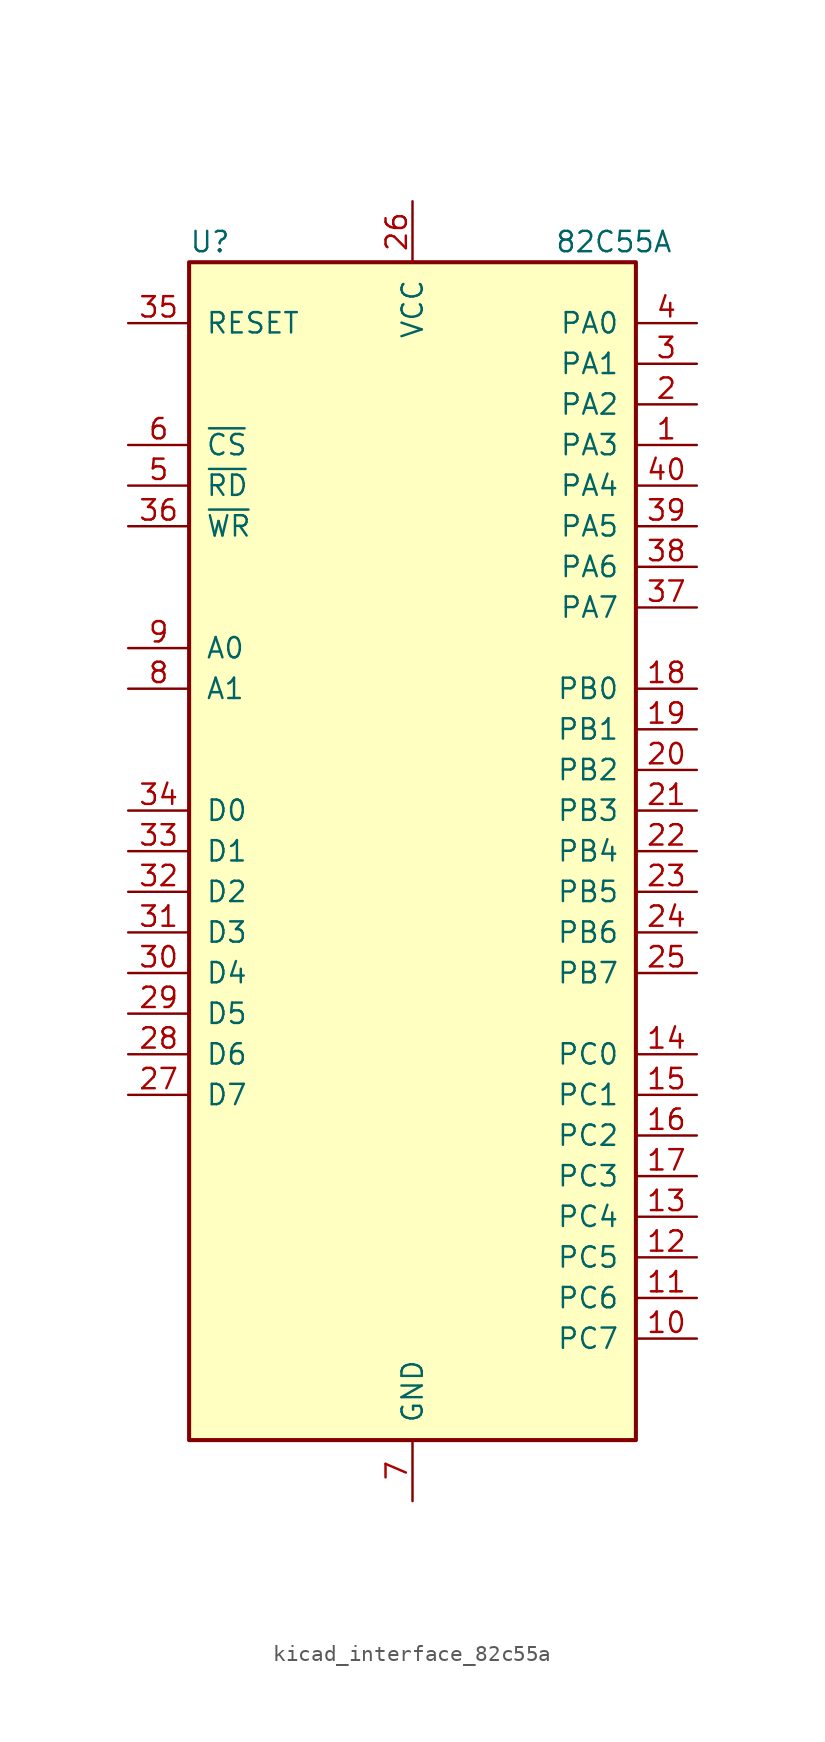
<source format=kicad_sym>
(kicad_symbol_lib
  (version 20220914)
  (generator kicad_symbol_editor)
  (symbol "kicad_interface_82c55a"
    (pin_names
      (offset 1.016))
    (property "Reference" "U"
      (at -13.97 38.1 0)
      (effects (font (size 1.27 1.27)) (justify left)))
    (property "Value" "82C55A"
      (at 8.89 38.1 0)
      (effects (font (size 1.27 1.27)) (justify left)))
    (symbol "kicad_interface_82c55a_1_1"
      (rectangle (start -13.97 -36.83) (end 13.97 36.83) (stroke (width 0.254) (type default)) (fill (type background)))
      (pin bidirectional line (at 17.78 25.4 180) (length 3.81) (name "PA3" (effects (font (size 1.27 1.27)))) (number "1" (effects (font (size 1.27 1.27)))))
      (pin bidirectional line (at 17.78 -30.48 180) (length 3.81) (name "PC7" (effects (font (size 1.27 1.27)))) (number "10" (effects (font (size 1.27 1.27)))))
      (pin bidirectional line (at 17.78 -27.94 180) (length 3.81) (name "PC6" (effects (font (size 1.27 1.27)))) (number "11" (effects (font (size 1.27 1.27)))))
      (pin bidirectional line (at 17.78 -25.4 180) (length 3.81) (name "PC5" (effects (font (size 1.27 1.27)))) (number "12" (effects (font (size 1.27 1.27)))))
      (pin bidirectional line (at 17.78 -22.86 180) (length 3.81) (name "PC4" (effects (font (size 1.27 1.27)))) (number "13" (effects (font (size 1.27 1.27)))))
      (pin bidirectional line (at 17.78 -12.7 180) (length 3.81) (name "PC0" (effects (font (size 1.27 1.27)))) (number "14" (effects (font (size 1.27 1.27)))))
      (pin bidirectional line (at 17.78 -15.24 180) (length 3.81) (name "PC1" (effects (font (size 1.27 1.27)))) (number "15" (effects (font (size 1.27 1.27)))))
      (pin bidirectional line (at 17.78 -17.78 180) (length 3.81) (name "PC2" (effects (font (size 1.27 1.27)))) (number "16" (effects (font (size 1.27 1.27)))))
      (pin bidirectional line (at 17.78 -20.32 180) (length 3.81) (name "PC3" (effects (font (size 1.27 1.27)))) (number "17" (effects (font (size 1.27 1.27)))))
      (pin bidirectional line (at 17.78 10.16 180) (length 3.81) (name "PB0" (effects (font (size 1.27 1.27)))) (number "18" (effects (font (size 1.27 1.27)))))
      (pin bidirectional line (at 17.78 7.62 180) (length 3.81) (name "PB1" (effects (font (size 1.27 1.27)))) (number "19" (effects (font (size 1.27 1.27)))))
      (pin bidirectional line (at 17.78 27.94 180) (length 3.81) (name "PA2" (effects (font (size 1.27 1.27)))) (number "2" (effects (font (size 1.27 1.27)))))
      (pin bidirectional line (at 17.78 5.08 180) (length 3.81) (name "PB2" (effects (font (size 1.27 1.27)))) (number "20" (effects (font (size 1.27 1.27)))))
      (pin bidirectional line (at 17.78 2.54 180) (length 3.81) (name "PB3" (effects (font (size 1.27 1.27)))) (number "21" (effects (font (size 1.27 1.27)))))
      (pin bidirectional line (at 17.78 0 180) (length 3.81) (name "PB4" (effects (font (size 1.27 1.27)))) (number "22" (effects (font (size 1.27 1.27)))))
      (pin bidirectional line (at 17.78 -2.54 180) (length 3.81) (name "PB5" (effects (font (size 1.27 1.27)))) (number "23" (effects (font (size 1.27 1.27)))))
      (pin bidirectional line (at 17.78 -5.08 180) (length 3.81) (name "PB6" (effects (font (size 1.27 1.27)))) (number "24" (effects (font (size 1.27 1.27)))))
      (pin bidirectional line (at 17.78 -7.62 180) (length 3.81) (name "PB7" (effects (font (size 1.27 1.27)))) (number "25" (effects (font (size 1.27 1.27)))))
      (pin power_in line (at 0 40.64 270) (length 3.81) (name "VCC" (effects (font (size 1.27 1.27)))) (number "26" (effects (font (size 1.27 1.27)))))
      (pin bidirectional line (at -17.78 -15.24 0) (length 3.81) (name "D7" (effects (font (size 1.27 1.27)))) (number "27" (effects (font (size 1.27 1.27)))))
      (pin bidirectional line (at -17.78 -12.7 0) (length 3.81) (name "D6" (effects (font (size 1.27 1.27)))) (number "28" (effects (font (size 1.27 1.27)))))
      (pin bidirectional line (at -17.78 -10.16 0) (length 3.81) (name "D5" (effects (font (size 1.27 1.27)))) (number "29" (effects (font (size 1.27 1.27)))))
      (pin bidirectional line (at 17.78 30.48 180) (length 3.81) (name "PA1" (effects (font (size 1.27 1.27)))) (number "3" (effects (font (size 1.27 1.27)))))
      (pin bidirectional line (at -17.78 -7.62 0) (length 3.81) (name "D4" (effects (font (size 1.27 1.27)))) (number "30" (effects (font (size 1.27 1.27)))))
      (pin bidirectional line (at -17.78 -5.08 0) (length 3.81) (name "D3" (effects (font (size 1.27 1.27)))) (number "31" (effects (font (size 1.27 1.27)))))
      (pin bidirectional line (at -17.78 -2.54 0) (length 3.81) (name "D2" (effects (font (size 1.27 1.27)))) (number "32" (effects (font (size 1.27 1.27)))))
      (pin bidirectional line (at -17.78 0 0) (length 3.81) (name "D1" (effects (font (size 1.27 1.27)))) (number "33" (effects (font (size 1.27 1.27)))))
      (pin bidirectional line (at -17.78 2.54 0) (length 3.81) (name "D0" (effects (font (size 1.27 1.27)))) (number "34" (effects (font (size 1.27 1.27)))))
      (pin input line (at -17.78 33.02 0) (length 3.81) (name "RESET" (effects (font (size 1.27 1.27)))) (number "35" (effects (font (size 1.27 1.27)))))
      (pin input line (at -17.78 20.32 0) (length 3.81) (name "~{WR}" (effects (font (size 1.27 1.27)))) (number "36" (effects (font (size 1.27 1.27)))))
      (pin bidirectional line (at 17.78 15.24 180) (length 3.81) (name "PA7" (effects (font (size 1.27 1.27)))) (number "37" (effects (font (size 1.27 1.27)))))
      (pin bidirectional line (at 17.78 17.78 180) (length 3.81) (name "PA6" (effects (font (size 1.27 1.27)))) (number "38" (effects (font (size 1.27 1.27)))))
      (pin bidirectional line (at 17.78 20.32 180) (length 3.81) (name "PA5" (effects (font (size 1.27 1.27)))) (number "39" (effects (font (size 1.27 1.27)))))
      (pin bidirectional line (at 17.78 33.02 180) (length 3.81) (name "PA0" (effects (font (size 1.27 1.27)))) (number "4" (effects (font (size 1.27 1.27)))))
      (pin bidirectional line (at 17.78 22.86 180) (length 3.81) (name "PA4" (effects (font (size 1.27 1.27)))) (number "40" (effects (font (size 1.27 1.27)))))
      (pin input line (at -17.78 22.86 0) (length 3.81) (name "~{RD}" (effects (font (size 1.27 1.27)))) (number "5" (effects (font (size 1.27 1.27)))))
      (pin input line (at -17.78 25.4 0) (length 3.81) (name "~{CS}" (effects (font (size 1.27 1.27)))) (number "6" (effects (font (size 1.27 1.27)))))
      (pin power_in line (at 0 -40.64 90) (length 3.81) (name "GND" (effects (font (size 1.27 1.27)))) (number "7" (effects (font (size 1.27 1.27)))))
      (pin input line (at -17.78 10.16 0) (length 3.81) (name "A1" (effects (font (size 1.27 1.27)))) (number "8" (effects (font (size 1.27 1.27)))))
      (pin input line (at -17.78 12.7 0) (length 3.81) (name "A0" (effects (font (size 1.27 1.27)))) (number "9" (effects (font (size 1.27 1.27))))))))
</source>
